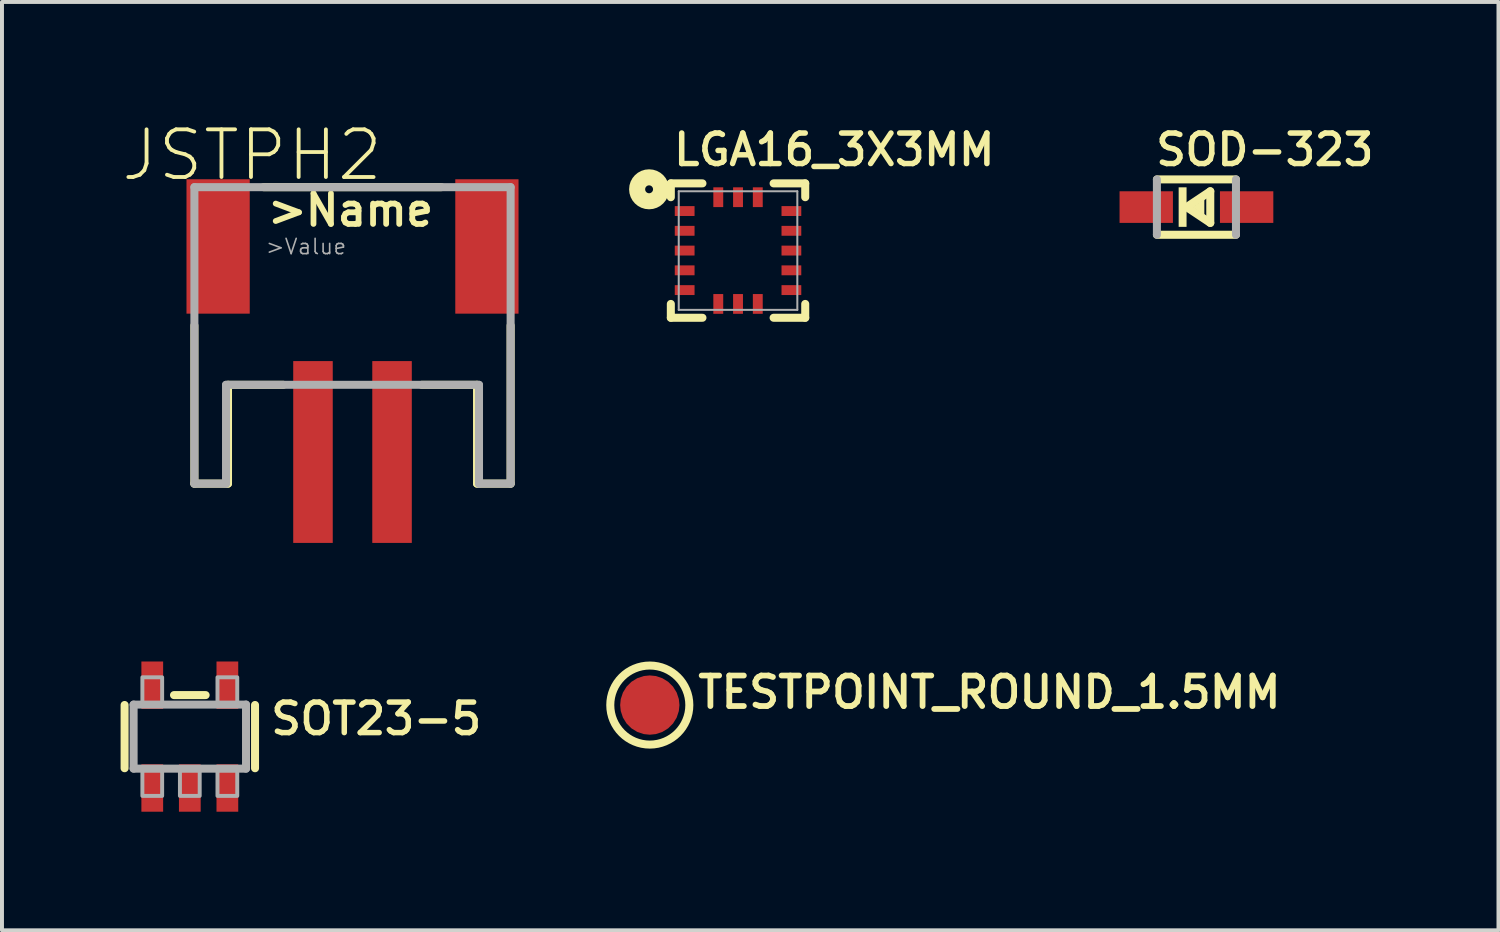
<source format=kicad_pcb>
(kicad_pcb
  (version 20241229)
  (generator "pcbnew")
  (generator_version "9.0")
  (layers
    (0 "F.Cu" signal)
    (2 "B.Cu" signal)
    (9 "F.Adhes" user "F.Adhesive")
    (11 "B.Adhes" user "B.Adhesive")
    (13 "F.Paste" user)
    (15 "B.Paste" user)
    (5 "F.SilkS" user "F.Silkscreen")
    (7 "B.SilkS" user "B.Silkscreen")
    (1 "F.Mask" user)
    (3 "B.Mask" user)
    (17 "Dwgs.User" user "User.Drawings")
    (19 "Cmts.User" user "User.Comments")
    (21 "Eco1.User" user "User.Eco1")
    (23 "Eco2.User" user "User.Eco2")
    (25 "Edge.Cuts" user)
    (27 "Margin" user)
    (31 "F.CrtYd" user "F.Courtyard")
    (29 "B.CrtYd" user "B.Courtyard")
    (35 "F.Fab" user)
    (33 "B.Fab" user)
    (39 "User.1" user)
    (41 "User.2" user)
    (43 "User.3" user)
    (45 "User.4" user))
  (footprint "LGA16_3X3MM"
    (layer "F.Cu")
    (at 15.621 3.289)
    (property "Reference" "LGA16_3X3MM" (at -1.7 -2.1 180) (layer "F.SilkS") (effects (font (size 0.772 0.772) (thickness 0.139)) (justify left bottom)))
    (attr through_hole)
    (fp_line (start -1.7 -1.7) (end -1.7 -1.35) (stroke (width 0.203) (type solid)) (layer "F.SilkS"))
    (fp_line (start -1.7 1.7) (end -1.7 1.35) (stroke (width 0.203) (type solid)) (layer "F.SilkS"))
    (fp_line (start -0.9 -1.7) (end -1.7 -1.7) (stroke (width 0.203) (type solid)) (layer "F.SilkS"))
    (fp_line (start -0.9 1.7) (end -1.7 1.7) (stroke (width 0.203) (type solid)) (layer "F.SilkS"))
    (fp_line (start 0.9 -1.7) (end 1.7 -1.7) (stroke (width 0.203) (type solid)) (layer "F.SilkS"))
    (fp_line (start 1.7 -1.7) (end 1.7 -1.35) (stroke (width 0.203) (type solid)) (layer "F.SilkS"))
    (fp_line (start 1.7 1.35) (end 1.7 1.7) (stroke (width 0.203) (type solid)) (layer "F.SilkS"))
    (fp_line (start 1.7 1.7) (end 0.9 1.7) (stroke (width 0.203) (type solid)) (layer "F.SilkS"))
    (fp_circle (center -2.25 -1.55) (end -2.15 -1.55) (stroke (width 0.406) (type solid)) (fill no) (layer "F.SilkS"))
    (fp_line (start -1.5 -1.5) (end 1.5 -1.5) (stroke (width 0.051) (type solid)) (layer "F.Fab"))
    (fp_line (start -1.5 1.5) (end -1.5 -1.5) (stroke (width 0.051) (type solid)) (layer "F.Fab"))
    (fp_line (start 1.5 -1.5) (end 1.5 1.5) (stroke (width 0.051) (type solid)) (layer "F.Fab"))
    (fp_line (start 1.5 1.5) (end -1.5 1.5) (stroke (width 0.051) (type solid)) (layer "F.Fab"))
    (pad "1" smd rect (at -1.35 -1) (size 0.5 0.25) (layers "F.Cu" "F.Mask" "F.Paste"))
    (pad "2" smd rect (at -1.35 -0.5) (size 0.5 0.25) (layers "F.Cu" "F.Mask" "F.Paste"))
    (pad "3" smd rect (at -1.35 0) (size 0.5 0.25) (layers "F.Cu" "F.Mask" "F.Paste"))
    (pad "4" smd rect (at -1.35 0.5) (size 0.5 0.25) (layers "F.Cu" "F.Mask" "F.Paste"))
    (pad "5" smd rect (at -1.35 1) (size 0.5 0.25) (layers "F.Cu" "F.Mask" "F.Paste"))
    (pad "6" smd rect (at -0.5 1.35 90) (size 0.5 0.25) (layers "F.Cu" "F.Mask" "F.Paste"))
    (pad "7" smd rect (at 0 1.35 90) (size 0.5 0.25) (layers "F.Cu" "F.Mask" "F.Paste"))
    (pad "8" smd rect (at 0.5 1.35 90) (size 0.5 0.25) (layers "F.Cu" "F.Mask" "F.Paste"))
    (pad "9" smd rect (at 1.35 1 180) (size 0.5 0.25) (layers "F.Cu" "F.Mask" "F.Paste"))
    (pad "10" smd rect (at 1.35 0.5 180) (size 0.5 0.25) (layers "F.Cu" "F.Mask" "F.Paste"))
    (pad "11" smd rect (at 1.35 0 180) (size 0.5 0.25) (layers "F.Cu" "F.Mask" "F.Paste"))
    (pad "12" smd rect (at 1.35 -0.5 180) (size 0.5 0.25) (layers "F.Cu" "F.Mask" "F.Paste"))
    (pad "13" smd rect (at 1.35 -1 180) (size 0.5 0.25) (layers "F.Cu" "F.Mask" "F.Paste"))
    (pad "14" smd rect (at 0.5 -1.35 270) (size 0.5 0.25) (layers "F.Cu" "F.Mask" "F.Paste"))
    (pad "15" smd rect (at 0 -1.35 270) (size 0.5 0.25) (layers "F.Cu" "F.Mask" "F.Paste"))
    (pad "16" smd rect (at -0.5 -1.35 270) (size 0.5 0.25) (layers "F.Cu" "F.Mask" "F.Paste")))
  (footprint "TESTPOINT_ROUND_1.5MM"
    (layer "F.Cu")
    (at 13.389 14.787)
    (property "Reference" "TESTPOINT_ROUND_1.5MM" (at 1.143 0.127 0) (layer "F.SilkS") (effects (font (size 0.772 0.772) (thickness 0.146)) (justify left bottom)))
    (attr through_hole)
    (fp_circle (center 0 0) (end 1 0) (stroke (width 0.203) (type solid)) (fill no) (layer "F.SilkS"))
    (pad "P$1" smd roundrect (at 0 0) (size 1.5 1.5) (layers "F.Cu" "F.Mask") (roundrect_rratio 0.5)))
  (footprint "SOT23-5"
    (layer "F.Cu")
    (at 1.752 15.585)
    (property "Reference" "SOT23-5" (at 1.978 0 0) (layer "F.SilkS") (effects (font (size 0.772 0.772) (thickness 0.139)) (justify left bottom)))
    (attr through_hole)
    (fp_line (start -1.65 -0.8) (end -1.65 0.8) (stroke (width 0.203) (type solid)) (layer "F.SilkS"))
    (fp_line (start -0.4 -1.05) (end 0.4 -1.05) (stroke (width 0.203) (type solid)) (layer "F.SilkS"))
    (fp_line (start 1.65 -0.8) (end 1.65 0.8) (stroke (width 0.203) (type solid)) (layer "F.SilkS"))
    (fp_line (start -1.422 -0.81) (end 1.422 -0.81) (stroke (width 0.203) (type solid)) (layer "F.Fab"))
    (fp_line (start -1.422 0.81) (end -1.422 -0.81) (stroke (width 0.203) (type solid)) (layer "F.Fab"))
    (fp_line (start 1.422 -0.81) (end 1.422 0.81) (stroke (width 0.203) (type solid)) (layer "F.Fab"))
    (fp_line (start 1.422 0.81) (end -1.422 0.81) (stroke (width 0.203) (type solid)) (layer "F.Fab"))
    (fp_poly (pts (xy -1.2 -0.85) (xy -0.7 -0.85) (xy -0.7 -1.5) (xy -1.2 -1.5)) (stroke (width 0.1) (type solid)) (fill no) (layer "F.Fab"))
    (fp_poly (pts (xy -1.2 1.5) (xy -0.7 1.5) (xy -0.7 0.85) (xy -1.2 0.85)) (stroke (width 0.1) (type solid)) (fill no) (layer "F.Fab"))
    (fp_poly (pts (xy -0.25 1.5) (xy 0.25 1.5) (xy 0.25 0.85) (xy -0.25 0.85)) (stroke (width 0.1) (type solid)) (fill no) (layer "F.Fab"))
    (fp_poly (pts (xy 0.7 -0.85) (xy 1.2 -0.85) (xy 1.2 -1.5) (xy 0.7 -1.5)) (stroke (width 0.1) (type solid)) (fill no) (layer "F.Fab"))
    (fp_poly (pts (xy 0.7 1.5) (xy 1.2 1.5) (xy 1.2 0.85) (xy 0.7 0.85)) (stroke (width 0.1) (type solid)) (fill no) (layer "F.Fab"))
    (pad "1" smd rect (at -0.95 1.3) (size 0.55 1.2) (layers "F.Cu" "F.Mask" "F.Paste"))
    (pad "2" smd rect (at 0 1.3) (size 0.55 1.2) (layers "F.Cu" "F.Mask" "F.Paste"))
    (pad "3" smd rect (at 0.95 1.3) (size 0.55 1.2) (layers "F.Cu" "F.Mask" "F.Paste"))
    (pad "4" smd rect (at 0.95 -1.3) (size 0.55 1.2) (layers "F.Cu" "F.Mask" "F.Paste"))
    (pad "5" smd rect (at -0.95 -1.3) (size 0.55 1.2) (layers "F.Cu" "F.Mask" "F.Paste")))
  (footprint "JSTPH2"
    (layer "F.Cu")
    (at 5.868 4.685)
    (property "Reference" "JSTPH2" (at -2.54 -3.81 180) (layer "F.SilkS") (effects (font (size 1.206 1.206) (thickness 0.097))))
    (attr through_hole)
    (fp_line (start -4 4.5) (end -4 0.5) (stroke (width 0.203) (type solid)) (layer "F.SilkS"))
    (fp_line (start -3.15 2) (end -3.15 4.5) (stroke (width 0.203) (type solid)) (layer "F.SilkS"))
    (fp_line (start -3.15 4.5) (end -4 4.5) (stroke (width 0.203) (type solid)) (layer "F.SilkS"))
    (fp_line (start -2.25 -3) (end 2.25 -3) (stroke (width 0.203) (type solid)) (layer "F.SilkS"))
    (fp_line (start -1.75 2) (end -3.15 2) (stroke (width 0.203) (type solid)) (layer "F.SilkS"))
    (fp_line (start 3.15 2) (end 1.75 2) (stroke (width 0.203) (type solid)) (layer "F.SilkS"))
    (fp_line (start 3.15 4.5) (end 3.15 2) (stroke (width 0.203) (type solid)) (layer "F.SilkS"))
    (fp_line (start 4 0.5) (end 4 4.5) (stroke (width 0.203) (type solid)) (layer "F.SilkS"))
    (fp_line (start 4 4.5) (end 3.15 4.5) (stroke (width 0.203) (type solid)) (layer "F.SilkS"))
    (fp_line (start -4 -3) (end 4 -3) (stroke (width 0.203) (type solid)) (layer "F.Fab"))
    (fp_line (start -4 4.5) (end -4 -3) (stroke (width 0.203) (type solid)) (layer "F.Fab"))
    (fp_line (start -3.2 2) (end -3.2 4.5) (stroke (width 0.203) (type solid)) (layer "F.Fab"))
    (fp_line (start -3.2 4.5) (end -4 4.5) (stroke (width 0.203) (type solid)) (layer "F.Fab"))
    (fp_line (start 3.2 2) (end -3.2 2) (stroke (width 0.203) (type solid)) (layer "F.Fab"))
    (fp_line (start 3.2 4.5) (end 3.2 2) (stroke (width 0.203) (type solid)) (layer "F.Fab"))
    (fp_line (start 4 -3) (end 4 4.5) (stroke (width 0.203) (type solid)) (layer "F.Fab"))
    (fp_line (start 4 4.5) (end 3.2 4.5) (stroke (width 0.203) (type solid)) (layer "F.Fab"))
    (fp_text user ">Name" (at -2.223 -1.968 0) (layer "F.SilkS") (effects (font (size 0.772 0.772) (thickness 0.146)) (justify left bottom)))
    (fp_text user ">Value" (at -2.223 -1.27 0) (layer "F.Fab") (effects (font (size 0.386 0.386) (thickness 0.041)) (justify left bottom)))
    (pad "1" smd rect (at -1 3.7) (size 1 4.6) (layers "F.Cu" "F.Mask" "F.Paste"))
    (pad "2" smd rect (at 1 3.7) (size 1 4.6) (layers "F.Cu" "F.Mask" "F.Paste"))
    (pad "NC1" smd rect (at -3.4 -1.5 90) (size 3.4 1.6) (layers "F.Cu" "F.Mask" "F.Paste"))
    (pad "NC2" smd rect (at 3.4 -1.5 90) (size 3.4 1.6) (layers "F.Cu" "F.Mask" "F.Paste")))
  (footprint "SOD-323"
    (layer "F.Cu")
    (at 27.218 2.189)
    (property "Reference" "SOD-323" (at -1.1 -1 0) (layer "F.SilkS") (effects (font (size 0.772 0.772) (thickness 0.139)) (justify left bottom)))
    (attr through_hole)
    (fp_line (start -1 -0.7) (end 1 -0.7) (stroke (width 0.203) (type solid)) (layer "F.SilkS"))
    (fp_line (start -0.25 0) (end 0.35 -0.4) (stroke (width 0.203) (type solid)) (layer "F.SilkS"))
    (fp_line (start 0.35 -0.4) (end 0.35 0.4) (stroke (width 0.203) (type solid)) (layer "F.SilkS"))
    (fp_line (start 0.35 0.4) (end -0.25 0) (stroke (width 0.203) (type solid)) (layer "F.SilkS"))
    (fp_line (start 1 0.7) (end -1 0.7) (stroke (width 0.203) (type solid)) (layer "F.SilkS"))
    (fp_poly (pts (xy -0.1 0) (xy 0.2 -0.2) (xy 0.2 0.2)) (stroke (width 0) (type solid)) (fill yes) (layer "F.SilkS"))
    (fp_poly (pts (xy -0.45 0.5) (xy -0.25 0.5) (xy -0.25 -0.5) (xy -0.45 -0.5)) (stroke (width 0) (type solid)) (fill yes) (layer "F.SilkS"))
    (fp_line (start -1 0.7) (end -1 -0.7) (stroke (width 0.203) (type solid)) (layer "F.Fab"))
    (fp_line (start 1 -0.7) (end 1 0.7) (stroke (width 0.203) (type solid)) (layer "F.Fab"))
    (pad "A" smd rect (at 1.27 0) (size 1.35 0.8) (layers "F.Cu" "F.Mask" "F.Paste"))
    (pad "C" smd rect (at -1.27 0) (size 1.35 0.8) (layers "F.Cu" "F.Mask" "F.Paste")))
  (gr_rect
    (start -3 -3)
    (end 34.859 20.485)
    (stroke (width 0.1) (type default))
    (fill no)
    (layer "Edge.Cuts")))
</source>
